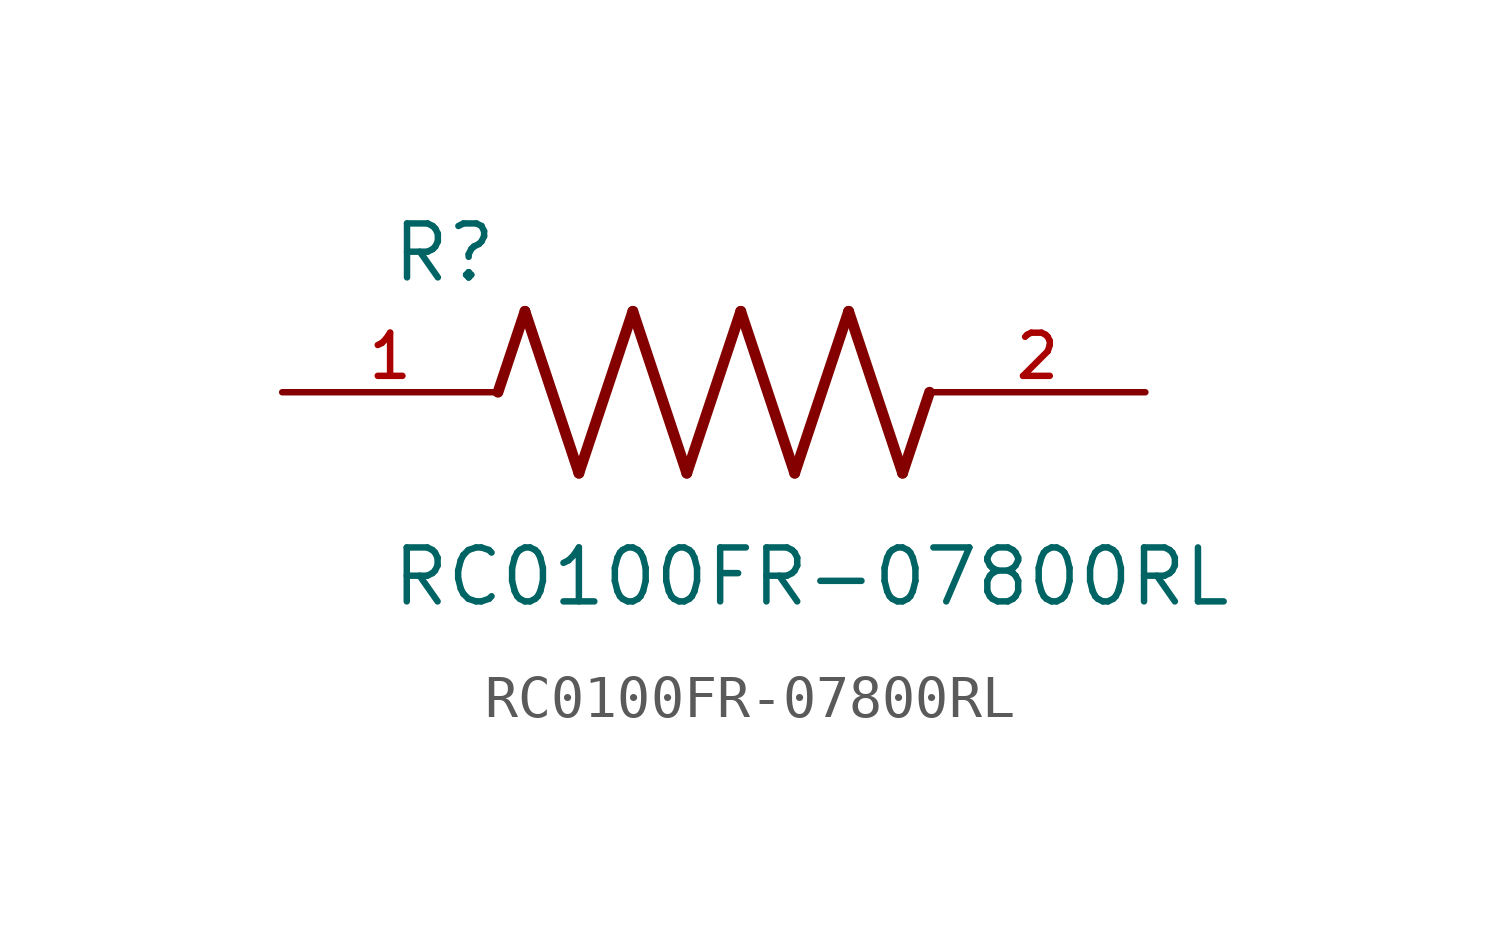
<source format=kicad_sym>
(kicad_symbol_lib
  (version 20211014)
  (generator kicad_symbol_editor)
  (symbol "RC0100FR-07800RL"
    (pin_names
      (offset 1.016))
    (property "Reference" "R"
      (at -7.624 2.541 0)
      (effects (font (size 1.27 1.27)) (justify bottom left)))
    (property "Value" "RC0100FR-07800RL"
      (at -7.63 -5.087 0)
      (effects (font (size 1.27 1.27)) (justify bottom left)))
    (symbol "RC0100FR-07800RL_0_0"
      (polyline (pts (xy -5.08 0.0) (xy -4.445 1.905)) (stroke (width 0.254)))
      (polyline (pts (xy -4.445 1.905) (xy -3.175 -1.905)) (stroke (width 0.254)))
      (polyline (pts (xy -3.175 -1.905) (xy -1.905 1.905)) (stroke (width 0.254)))
      (polyline (pts (xy -1.905 1.905) (xy -0.635 -1.905)) (stroke (width 0.254)))
      (polyline (pts (xy -0.635 -1.905) (xy 0.635 1.905)) (stroke (width 0.254)))
      (polyline (pts (xy 0.635 1.905) (xy 1.905 -1.905)) (stroke (width 0.254)))
      (polyline (pts (xy 1.905 -1.905) (xy 3.175 1.905)) (stroke (width 0.254)))
      (polyline (pts (xy 3.175 1.905) (xy 4.445 -1.905)) (stroke (width 0.254)))
      (polyline (pts (xy 4.445 -1.905) (xy 5.08 0.0)) (stroke (width 0.254)))
      (pin passive line (at -10.16 0.0 0) (length 5.08) (name "~" (effects (font (size 1.016 1.016)))) (number "1" (effects (font (size 1.016 1.016)))))
      (pin passive line (at 10.16 0.0 180.0) (length 5.08) (name "~" (effects (font (size 1.016 1.016)))) (number "2" (effects (font (size 1.016 1.016))))))))
</source>
